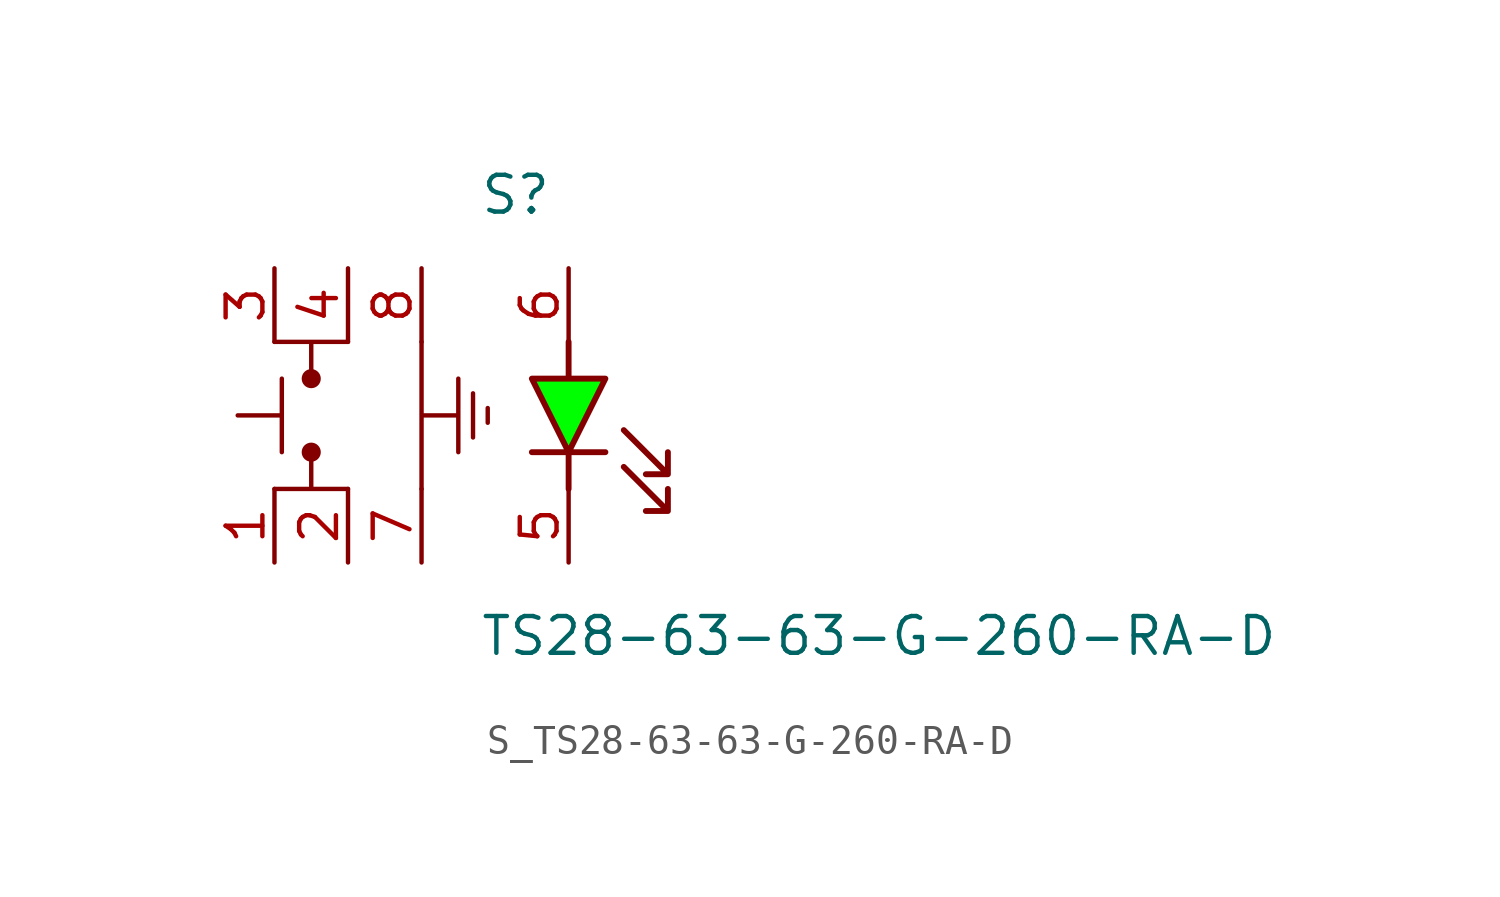
<source format=kicad_sym>
(kicad_symbol_lib
  (version 20231120)
  (generator kicad_symbol_editor)
  (generator_version 8.0)
  (symbol "S_TS28-63-63-G-260-RA-D"
    (pin_names
      (offset 0.254))
    (property "Reference" "S"
      (at 2 7.62 0)
      (effects (font (size 1.27 1.27)) (justify left)))
    (property "Value" "TS28-63-63-G-260-RA-D"
      (at 2 -7.62 0)
      (effects (font (size 1.27 1.27)) (justify left)))
    (symbol "S_TS28-63-63-G-260-RA-D_0_0"
      (pin passive line (at -5.08 5.08 270) (length 2.54) (name "" (effects (font (size 1.27 1.27)))) (number "3" (effects (font (size 1.27 1.27)))))
      (pin passive line (at -2.54 5.08 270) (length 2.54) (name "" (effects (font (size 1.27 1.27)))) (number "4" (effects (font (size 1.27 1.27)))))
      (pin passive line (at 0 5.08 270) (length 2.54) (name "" (effects (font (size 1.27 1.27)))) (number "8" (effects (font (size 1.27 1.27)))))
      (pin passive line (at 5.08 5.08 270) (length 2.54) (name "" (effects (font (size 1.27 1.27)))) (number "6" (effects (font (size 1.27 1.27)))))
      (pin passive line (at -5.08 -5.08 90) (length 2.54) (name "" (effects (font (size 1.27 1.27)))) (number "1" (effects (font (size 1.27 1.27)))))
      (pin passive line (at -2.54 -5.08 90) (length 2.54) (name "" (effects (font (size 1.27 1.27)))) (number "2" (effects (font (size 1.27 1.27)))))
      (pin passive line (at 0 -5.08 90) (length 2.54) (name "" (effects (font (size 1.27 1.27)))) (number "7" (effects (font (size 1.27 1.27)))))
      (pin passive line (at 5.08 -5.08 90) (length 2.54) (name "" (effects (font (size 1.27 1.27)))) (number "5" (effects (font (size 1.27 1.27)))))
      (polyline (pts (xy -4.826 1.27) (xy -4.826 -1.27) (xy -4.826 0) (xy -6.35 0)) (stroke (width 0) (type default)) (fill (type none)))
      (circle (center -3.81 1.27) (radius 0.254) (stroke (width 0) (type solid)) (fill (type outline)))
      (circle (center -3.81 -1.27) (radius 0.254) (stroke (width 0) (type solid)) (fill (type outline)))
      (polyline (pts (xy -2.54 2.54) (xy -5.08 2.54) (xy -3.81 2.54) (xy -3.81 1.27)) (stroke (width 0) (type default)) (fill (type none)))
      (polyline (pts (xy -2.54 -2.54) (xy -5.08 -2.54) (xy -3.81 -2.54) (xy -3.81 -1.27)) (stroke (width 0) (type default)) (fill (type none)))
      (polyline (pts (xy 5.08 -2.54) (xy 5.08 -1.27) (xy 6.35 -1.27) (xy 5.08 -1.27) (xy 6.35 1.27) (xy 5.08 1.27) (xy 5.08 2.54) (xy 5.08 1.27) (xy 3.81 1.27) (xy 5.08 -1.27) (xy 3.81 -1.27) (xy 5.08 -1.27) (xy 5.08 -2.54)) (stroke (width 0.203) (type solid)) (fill (type color) (color 0 255 0 1)))
      (polyline (pts (xy 6.985 -0.508) (xy 8.509 -2.032) (xy 8.509 -1.27) (xy 8.509 -2.032) (xy 7.747 -2.032)) (stroke (width 0.203) (type default)) (fill (type none)))
      (polyline (pts (xy 6.985 -1.778) (xy 8.509 -3.302) (xy 8.509 -2.54) (xy 8.509 -3.302) (xy 7.747 -3.302)) (stroke (width 0.203) (type default)) (fill (type none)))
      (polyline (pts (xy 0 2.54) (xy 0 -2.54) (xy 0 0) (xy 1.27 0) (xy 1.27 1.27) (xy 1.27 -1.27)) (stroke (width 0) (type default)) (fill (type none)))
      (polyline (pts (xy 1.778 -0.762) (xy 1.778 0.762)) (stroke (width 0) (type default)) (fill (type none)))
      (polyline (pts (xy 2.286 -0.254) (xy 2.286 0.254)) (stroke (width 0) (type default)) (fill (type none))))
    (symbol "S_TS28-63-63-G-260-RA-D_1_0")))
</source>
